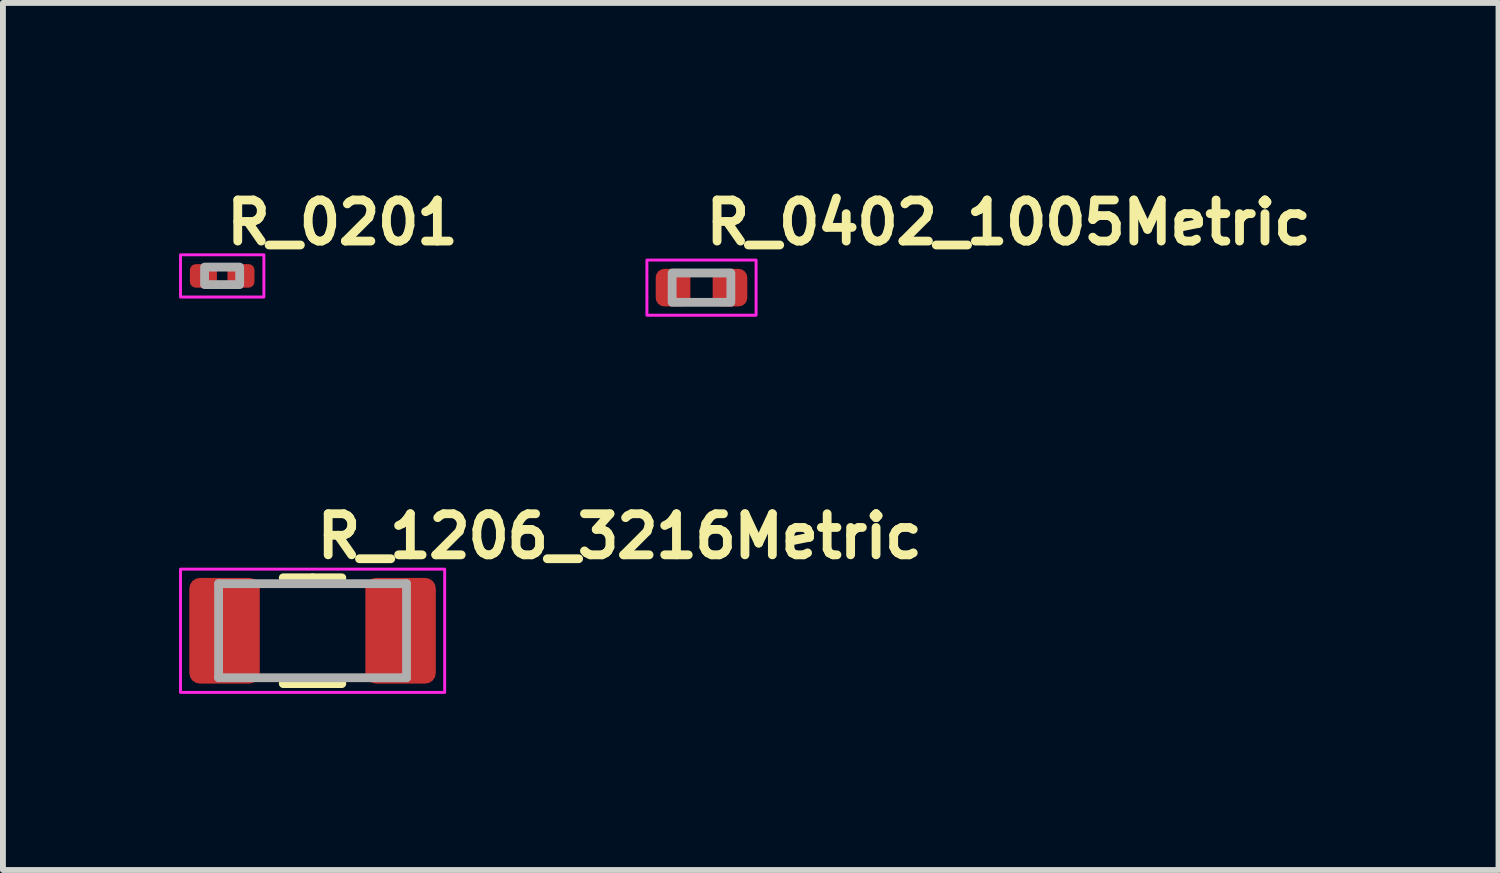
<source format=kicad_pcb>
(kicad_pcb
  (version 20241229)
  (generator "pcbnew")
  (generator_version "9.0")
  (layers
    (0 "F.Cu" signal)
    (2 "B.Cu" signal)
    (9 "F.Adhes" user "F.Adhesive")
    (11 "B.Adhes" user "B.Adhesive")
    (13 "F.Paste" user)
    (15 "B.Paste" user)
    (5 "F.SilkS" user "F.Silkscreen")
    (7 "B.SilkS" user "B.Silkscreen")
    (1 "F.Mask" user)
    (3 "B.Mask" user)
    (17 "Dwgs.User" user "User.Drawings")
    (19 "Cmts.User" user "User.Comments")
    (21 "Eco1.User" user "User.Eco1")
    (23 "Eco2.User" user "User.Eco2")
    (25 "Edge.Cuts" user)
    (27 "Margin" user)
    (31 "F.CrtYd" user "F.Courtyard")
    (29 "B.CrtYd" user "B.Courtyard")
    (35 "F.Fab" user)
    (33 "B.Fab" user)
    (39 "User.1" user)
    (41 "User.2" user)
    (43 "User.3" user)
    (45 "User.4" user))
  (footprint "R_1206_3216Metric"
    (layer "F.Cu")
    (at 2.275 7.695)
    (property "Reference" "R_1206_3216Metric" (at 0 -1.2 0) (layer "F.SilkS") (effects (font (size 0.7 0.7) (thickness 0.15)) (justify left bottom)))
    (attr smd)
    (fp_line (start 0 -0.902) (end -0.5 -0.902) (stroke (width 0.15) (type solid)) (layer "F.SilkS"))
    (fp_line (start 0 -0.902) (end 0.498 -0.902) (stroke (width 0.15) (type solid)) (layer "F.SilkS"))
    (fp_line (start 0 0.9) (end -0.5 0.9) (stroke (width 0.15) (type solid)) (layer "F.SilkS"))
    (fp_line (start 0 0.9) (end 0.498 0.9) (stroke (width 0.15) (type solid)) (layer "F.SilkS"))
    (fp_rect (start -2.25 -1.05) (end 2.25 1.05) (stroke (width 0.05) (type solid)) (fill no) (layer "F.CrtYd"))
    (fp_line (start -1.601 -0.802) (end -1.601 0.8) (stroke (width 0.15) (type solid)) (layer "F.Fab"))
    (fp_line (start -1.601 -0.802) (end 1.6 -0.802) (stroke (width 0.15) (type solid)) (layer "F.Fab"))
    (fp_line (start -1.601 0.8) (end 1.6 0.8) (stroke (width 0.15) (type solid)) (layer "F.Fab"))
    (fp_line (start 1.6 -0.802) (end 1.6 0.8) (stroke (width 0.15) (type solid)) (layer "F.Fab"))
    (fp_rect (start -1.601 -0.802) (end 1.6 0.8) (stroke (width 0.1) (type solid)) (fill no) (layer "User.5"))
    (fp_line (start -1.601 -0.802) (end -1.401 -0.802) (stroke (width 0.02) (type solid)) (layer "User.9"))
    (fp_line (start -1.601 0.8) (end -1.601 -0.802) (stroke (width 0.02) (type solid)) (layer "User.9"))
    (fp_line (start -1.601 0.8) (end -1.401 0.8) (stroke (width 0.02) (type solid)) (layer "User.9"))
    (fp_line (start -1.401 0.8) (end -1.101 0.8) (stroke (width 0.02) (type solid)) (layer "User.9"))
    (fp_line (start -1.101 -0.802) (end -1.401 -0.802) (stroke (width 0.02) (type solid)) (layer "User.9"))
    (fp_line (start -1.101 -0.802) (end -1.101 0.8) (stroke (width 0.02) (type solid)) (layer "User.9"))
    (fp_line (start -1.101 0.65) (end -1.101 -0.652) (stroke (width 0.02) (type solid)) (layer "User.9"))
    (fp_line (start 1.1 -0.802) (end -1.101 -0.802) (stroke (width 0.02) (type solid)) (layer "User.9"))
    (fp_line (start 1.1 -0.802) (end 1.1 0.8) (stroke (width 0.02) (type solid)) (layer "User.9"))
    (fp_line (start 1.1 0.65) (end 1.1 -0.652) (stroke (width 0.02) (type solid)) (layer "User.9"))
    (fp_line (start 1.1 0.8) (end -1.101 0.8) (stroke (width 0.02) (type solid)) (layer "User.9"))
    (fp_line (start 1.1 0.8) (end 1.398 0.8) (stroke (width 0.02) (type solid)) (layer "User.9"))
    (fp_line (start 1.398 -0.802) (end 1.1 -0.802) (stroke (width 0.02) (type solid)) (layer "User.9"))
    (fp_line (start 1.6 -0.802) (end 1.398 -0.802) (stroke (width 0.02) (type solid)) (layer "User.9"))
    (fp_line (start 1.6 0.8) (end 1.398 0.8) (stroke (width 0.02) (type solid)) (layer "User.9"))
    (fp_line (start 1.6 0.8) (end 1.6 -0.802) (stroke (width 0.02) (type solid)) (layer "User.9"))
    (pad "1" smd roundrect (at -1.5 0) (size 1.2 1.8) (layers "F.Cu" "F.Mask" "F.Paste") (roundrect_rratio 0.15))
    (pad "2" smd roundrect (at 1.499 0) (size 1.2 1.8) (layers "F.Cu" "F.Mask" "F.Paste") (roundrect_rratio 0.15)))
  (footprint "R_0201"
    (layer "F.Cu")
    (at 0.735 1.65)
    (property "Reference" "R_0201" (at 0 -0.5 0) (layer "F.SilkS") (effects (font (size 0.7 0.7) (thickness 0.15)) (justify left bottom)))
    (attr smd)
    (fp_rect (start -0.71 -0.36) (end 0.71 0.36) (stroke (width 0.05) (type solid)) (fill no) (layer "F.CrtYd"))
    (fp_rect (start -0.3 -0.15) (end 0.298 0.148) (stroke (width 0.15) (type solid)) (fill no) (layer "F.Fab"))
    (fp_rect (start -0.3 -0.15) (end 0.298 0.148) (stroke (width 0.1) (type solid)) (fill no) (layer "User.5"))
    (fp_line (start -0.3 0.148) (end -0.3 -0.15) (stroke (width 0.02) (type solid)) (layer "User.9"))
    (fp_line (start -0.25 -0.15) (end -0.3 -0.15) (stroke (width 0.02) (type solid)) (layer "User.9"))
    (fp_line (start -0.25 -0.15) (end -0.25 -0.102) (stroke (width 0.02) (type solid)) (layer "User.9"))
    (fp_line (start -0.25 -0.102) (end -0.202 -0.102) (stroke (width 0.02) (type solid)) (layer "User.9"))
    (fp_line (start -0.25 0.1) (end -0.25 0.148) (stroke (width 0.02) (type solid)) (layer "User.9"))
    (fp_line (start -0.25 0.148) (end -0.3 0.148) (stroke (width 0.02) (type solid)) (layer "User.9"))
    (fp_line (start -0.202 -0.15) (end -0.25 -0.15) (stroke (width 0.02) (type solid)) (layer "User.9"))
    (fp_line (start -0.202 -0.15) (end -0.202 0.148) (stroke (width 0.02) (type solid)) (layer "User.9"))
    (fp_line (start -0.202 0.1) (end -0.25 0.1) (stroke (width 0.02) (type solid)) (layer "User.9"))
    (fp_line (start -0.202 0.1) (end -0.202 -0.102) (stroke (width 0.02) (type solid)) (layer "User.9"))
    (fp_line (start -0.202 0.148) (end -0.25 0.148) (stroke (width 0.02) (type solid)) (layer "User.9"))
    (fp_line (start -0.202 0.148) (end 0.2 0.148) (stroke (width 0.02) (type solid)) (layer "User.9"))
    (fp_line (start 0.2 -0.15) (end -0.202 -0.15) (stroke (width 0.02) (type solid)) (layer "User.9"))
    (fp_line (start 0.2 -0.102) (end 0.248 -0.102) (stroke (width 0.02) (type solid)) (layer "User.9"))
    (fp_line (start 0.2 0.1) (end 0.2 -0.102) (stroke (width 0.02) (type solid)) (layer "User.9"))
    (fp_line (start 0.2 0.148) (end 0.2 -0.15) (stroke (width 0.02) (type solid)) (layer "User.9"))
    (fp_line (start 0.248 -0.15) (end 0.2 -0.15) (stroke (width 0.02) (type solid)) (layer "User.9"))
    (fp_line (start 0.248 -0.15) (end 0.298 -0.15) (stroke (width 0.02) (type solid)) (layer "User.9"))
    (fp_line (start 0.248 -0.102) (end 0.248 -0.15) (stroke (width 0.02) (type solid)) (layer "User.9"))
    (fp_line (start 0.248 0.1) (end 0.2 0.1) (stroke (width 0.02) (type solid)) (layer "User.9"))
    (fp_line (start 0.248 0.148) (end 0.2 0.148) (stroke (width 0.02) (type solid)) (layer "User.9"))
    (fp_line (start 0.248 0.148) (end 0.248 0.1) (stroke (width 0.02) (type solid)) (layer "User.9"))
    (fp_line (start 0.248 0.148) (end 0.298 0.148) (stroke (width 0.02) (type solid)) (layer "User.9"))
    (fp_line (start 0.298 0.148) (end 0.298 -0.15) (stroke (width 0.02) (type solid)) (layer "User.9"))
    (pad "" smd roundrect (at -0.346 0) (size 0.318 0.36) (layers "F.Paste") (roundrect_rratio 0.25))
    (pad "" smd roundrect (at 0.344 0) (size 0.318 0.36) (layers "F.Paste") (roundrect_rratio 0.25))
    (pad "1" smd roundrect (at -0.32 0) (size 0.46 0.4) (layers "F.Cu" "F.Mask") (roundrect_rratio 0.25))
    (pad "2" smd roundrect (at 0.32 0) (size 0.46 0.4) (layers "F.Cu" "F.Mask") (roundrect_rratio 0.25)))
  (footprint "R_0402_1005Metric"
    (layer "F.Cu")
    (at 8.9 1.85)
    (property "Reference" "R_0402_1005Metric" (at 0 -0.7 0) (layer "F.SilkS") (effects (font (size 0.7 0.7) (thickness 0.15)) (justify left bottom)))
    (attr smd)
    (fp_rect (start -0.93 -0.47) (end 0.93 0.47) (stroke (width 0.05) (type solid)) (fill no) (layer "F.CrtYd"))
    (fp_rect (start -0.5 -0.25) (end 0.5 0.25) (stroke (width 0.15) (type solid)) (fill no) (layer "F.Fab"))
    (fp_rect (start -0.5 -0.25) (end 0.5 0.25) (stroke (width 0.1) (type solid)) (fill no) (layer "User.5"))
    (fp_line (start -0.5 0.248) (end -0.5 -0.25) (stroke (width 0.02) (type solid)) (layer "User.9"))
    (fp_line (start -0.25 -0.25) (end -0.5 -0.25) (stroke (width 0.02) (type solid)) (layer "User.9"))
    (fp_line (start -0.25 0.248) (end -0.5 0.248) (stroke (width 0.02) (type solid)) (layer "User.9"))
    (fp_line (start -0.25 0.248) (end -0.25 -0.25) (stroke (width 0.02) (type solid)) (layer "User.9"))
    (fp_line (start 0.248 -0.25) (end 0.248 0.248) (stroke (width 0.02) (type solid)) (layer "User.9"))
    (fp_line (start 0.248 -0.232) (end -0.25 -0.232) (stroke (width 0.02) (type solid)) (layer "User.9"))
    (fp_line (start 0.248 0.23) (end -0.25 0.23) (stroke (width 0.02) (type solid)) (layer "User.9"))
    (fp_line (start 0.248 0.248) (end 0.498 0.248) (stroke (width 0.02) (type solid)) (layer "User.9"))
    (fp_line (start 0.498 -0.25) (end 0.248 -0.25) (stroke (width 0.02) (type solid)) (layer "User.9"))
    (fp_line (start 0.498 0.248) (end 0.498 -0.25) (stroke (width 0.02) (type solid)) (layer "User.9"))
    (pad "1" smd roundrect (at -0.485 0) (size 0.59 0.64) (layers "F.Cu" "F.Mask" "F.Paste") (roundrect_rratio 0.25))
    (pad "2" smd roundrect (at 0.485 0) (size 0.59 0.64) (layers "F.Cu" "F.Mask" "F.Paste") (roundrect_rratio 0.25)))
  (gr_rect
    (start -3 -3)
    (end 22.477 11.77)
    (stroke (width 0.1) (type default))
    (fill no)
    (layer "Edge.Cuts")))
</source>
